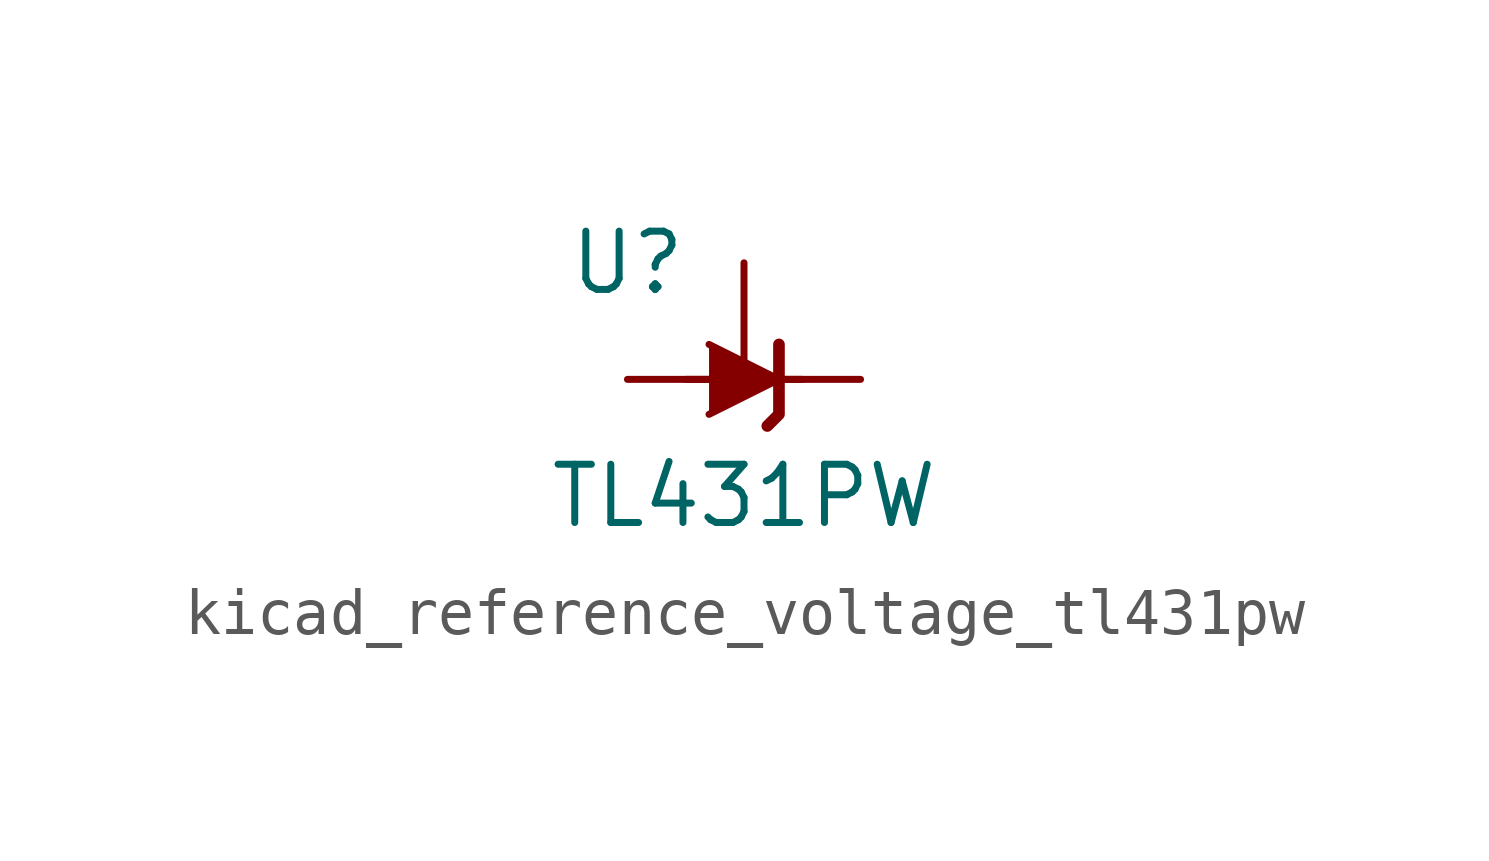
<source format=kicad_sym>
(kicad_symbol_lib
  (version 20220914)
  (generator kicad_symbol_editor)
  (symbol "kicad_reference_voltage_tl431pw"
    (pin_numbers hide)
    (pin_names hide)
    (property "Reference" "U"
      (at -2.54 2.54 0)
      (effects (font (size 1.27 1.27))))
    (property "Value" "TL431PW"
      (at 0 -2.54 0)
      (effects (font (size 1.27 1.27))))
    (symbol "kicad_reference_voltage_tl431pw_0_1"
      (polyline (pts (xy -1.27 0) (xy 0 0) (xy 1.27 0)) (stroke (width 0) (type default)) (fill (type none)))
      (polyline (pts (xy -0.762 0.762) (xy 0.762 0) (xy -0.762 -0.762)) (stroke (width 0) (type default)) (fill (type outline)))
      (polyline (pts (xy 0.508 -1.016) (xy 0.762 -0.762) (xy 0.762 0.762) (xy 0.762 0.762)) (stroke (width 0.254) (type default)) (fill (type none))))
    (symbol "kicad_reference_voltage_tl431pw_1_1"
      (pin passive line (at 2.54 0 180) (length 2.54) (name "K" (effects (font (size 1.27 1.27)))) (number "1" (effects (font (size 1.27 1.27)))))
      (pin passive line (at -2.54 0 0) (length 2.54) (name "A" (effects (font (size 1.27 1.27)))) (number "6" (effects (font (size 1.27 1.27)))))
      (pin passive line (at 0 2.54 270) (length 2.54) (name "REF" (effects (font (size 1.27 1.27)))) (number "8" (effects (font (size 1.27 1.27))))))))
</source>
